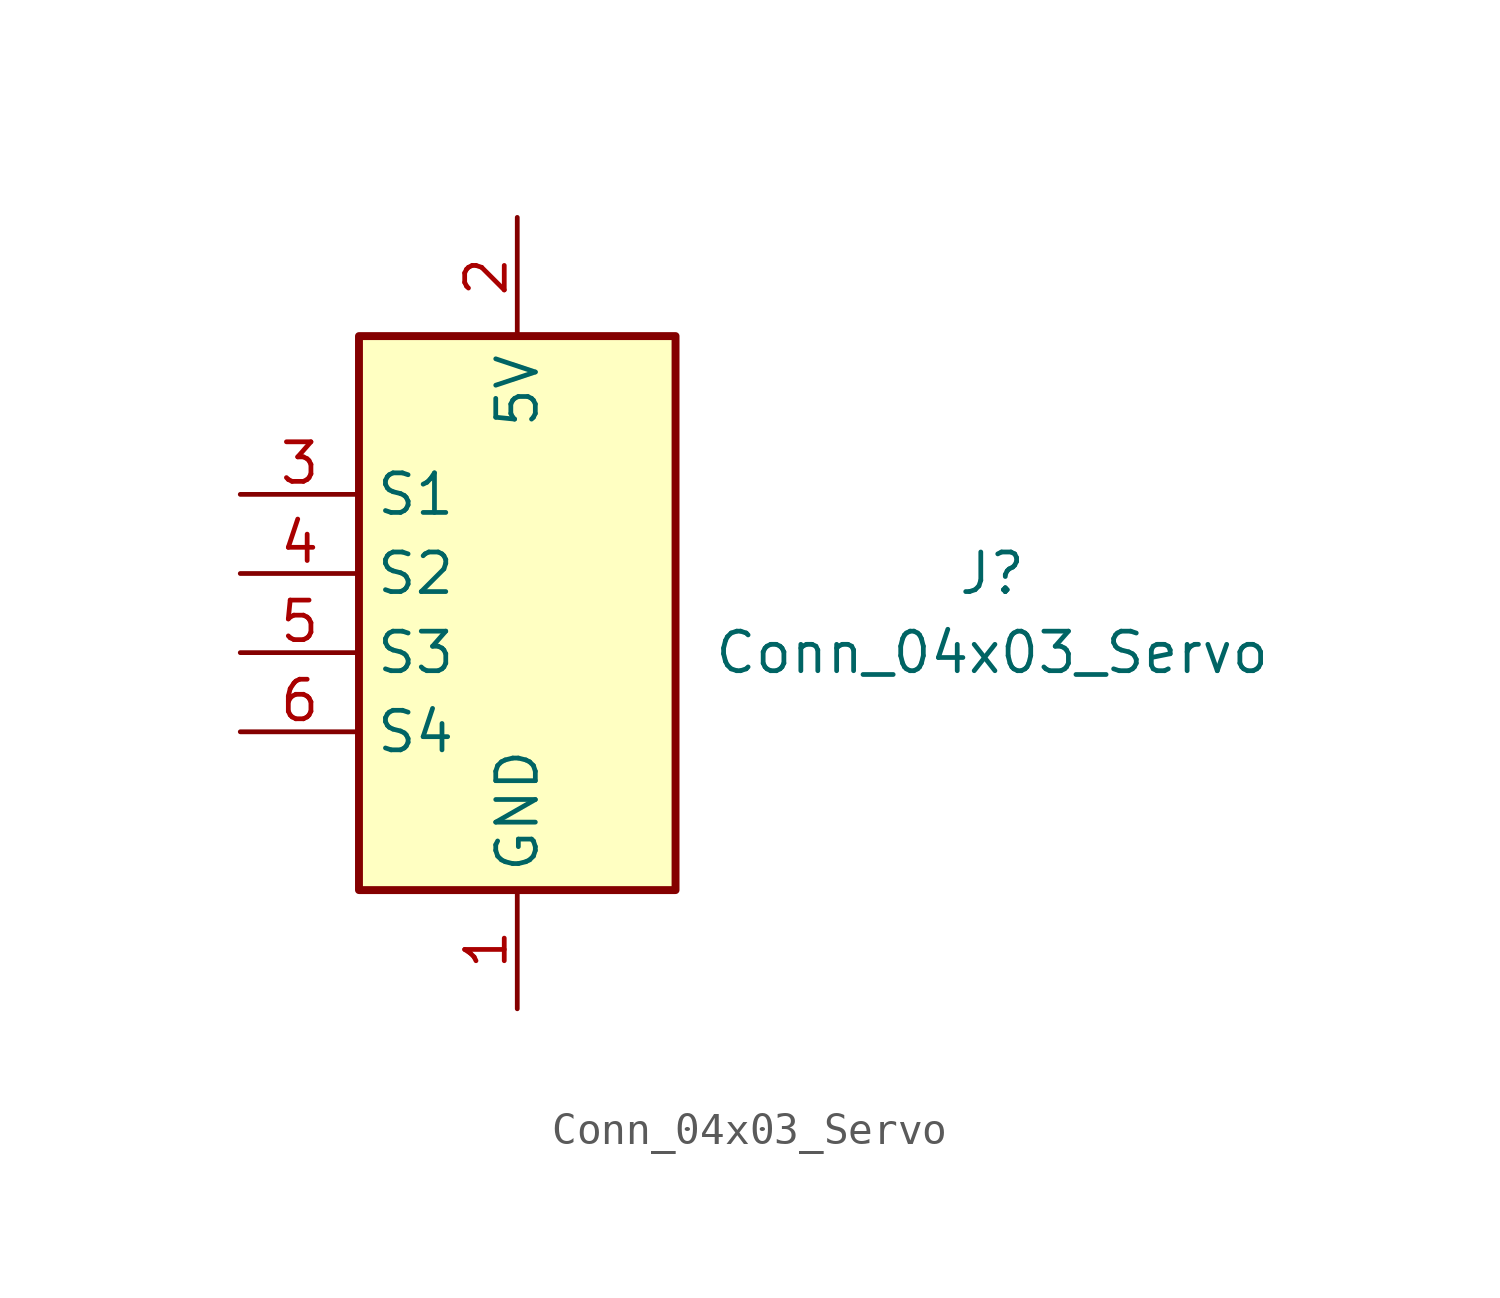
<source format=kicad_sym>
(kicad_symbol_lib
  (version 20211014)
  (generator kicad_symbol_editor)
  (symbol "Conn_04x03_Servo"
    (property "Reference" "J"
      (at 19.05 6.35 0)
      (effects (font (size 1.27 1.27))))
    (property "Value" "Conn_04x03_Servo"
      (at 19.05 3.81 0)
      (effects (font (size 1.27 1.27))))
    (symbol "Conn_04x03_Servo_1_1"
      (rectangle (start -1.27 13.97) (end 8.89 -3.81) (stroke (width 0.254) (type default) (color 0 0 0 0)) (fill (type background)))
      (pin power_in line (at 3.81 -7.62 90) (length 3.81) (name "GND" (effects (font (size 1.27 1.27)))) (number "1" (effects (font (size 1.27 1.27)))))
      (pin power_in line (at 3.81 17.78 270) (length 3.81) (name "5V" (effects (font (size 1.27 1.27)))) (number "2" (effects (font (size 1.27 1.27)))))
      (pin passive line (at -5.08 8.89 0) (length 3.81) (name "S1" (effects (font (size 1.27 1.27)))) (number "3" (effects (font (size 1.27 1.27)))))
      (pin passive line (at -5.08 6.35 0) (length 3.81) (name "S2" (effects (font (size 1.27 1.27)))) (number "4" (effects (font (size 1.27 1.27)))))
      (pin passive line (at -5.08 3.81 0) (length 3.81) (name "S3" (effects (font (size 1.27 1.27)))) (number "5" (effects (font (size 1.27 1.27)))))
      (pin passive line (at -5.08 1.27 0) (length 3.81) (name "S4" (effects (font (size 1.27 1.27)))) (number "6" (effects (font (size 1.27 1.27))))))))
</source>
